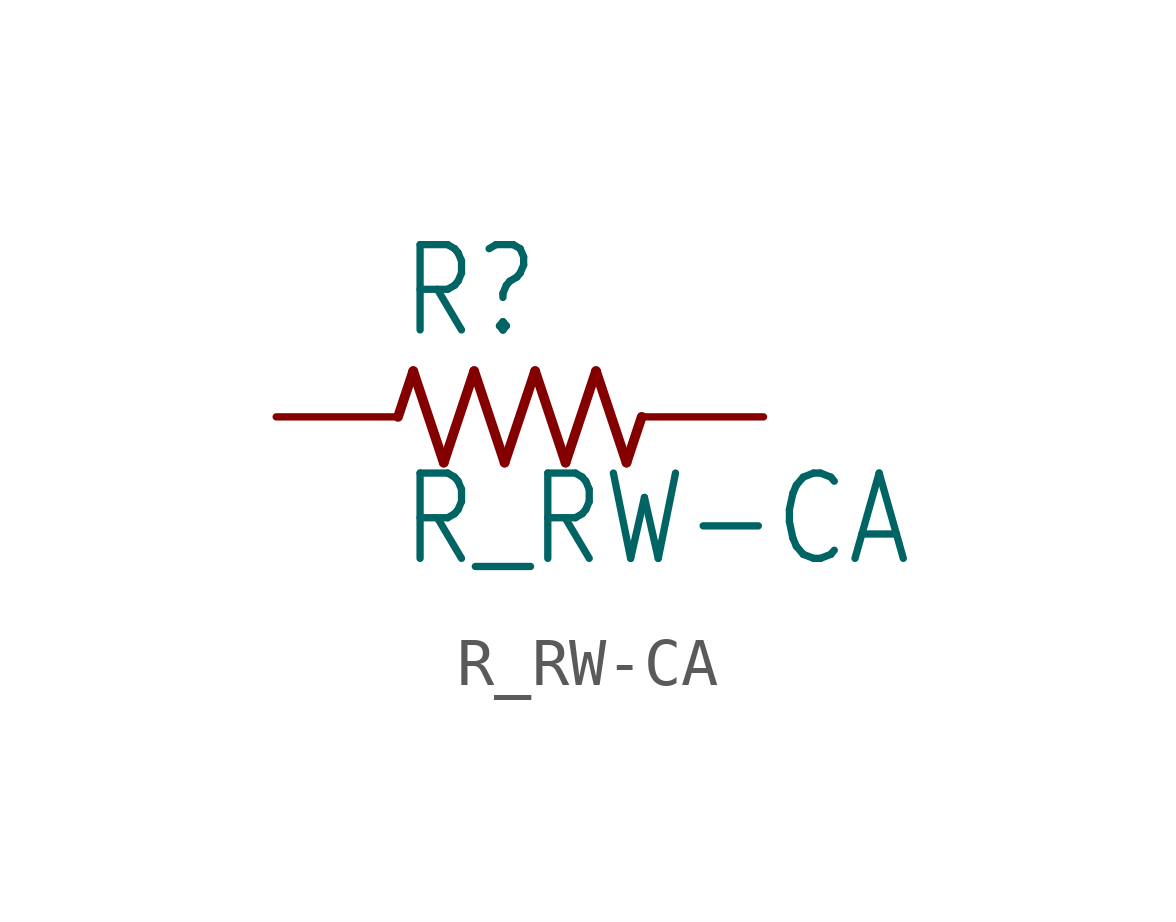
<source format=kicad_sym>
(kicad_symbol_lib
  (version 20211014)
  (generator kicad_symbol_editor)
  (symbol "R_RW-CA"
    (property "Reference" "R"
      (at -2.54 1.587 0)
      (effects (font (size 1.778 1.511)) (justify left bottom)))
    (property "Value" "R_RW-CA"
      (at -2.54 -3.175 0)
      (effects (font (size 1.778 1.511)) (justify left bottom)))
    (property "ki_locked" ""
      (at 0 0 0)
      (effects (font (size 1.27 1.27))))
    (symbol "R_RW-CA_1_0"
      (polyline (pts (xy -2.54 0) (xy -2.223 0.953)) (stroke (width 0.203) (type default) (color 0 0 0 0)) (fill (type none)))
      (polyline (pts (xy -2.223 0.953) (xy -1.587 -0.953)) (stroke (width 0.203) (type default) (color 0 0 0 0)) (fill (type none)))
      (polyline (pts (xy -1.587 -0.953) (xy -0.953 0.953)) (stroke (width 0.203) (type default) (color 0 0 0 0)) (fill (type none)))
      (polyline (pts (xy -0.953 0.953) (xy -0.318 -0.953)) (stroke (width 0.203) (type default) (color 0 0 0 0)) (fill (type none)))
      (polyline (pts (xy -0.318 -0.953) (xy 0.318 0.953)) (stroke (width 0.203) (type default) (color 0 0 0 0)) (fill (type none)))
      (polyline (pts (xy 0.318 0.953) (xy 0.953 -0.953)) (stroke (width 0.203) (type default) (color 0 0 0 0)) (fill (type none)))
      (polyline (pts (xy 0.953 -0.953) (xy 1.587 0.953)) (stroke (width 0.203) (type default) (color 0 0 0 0)) (fill (type none)))
      (polyline (pts (xy 1.587 0.953) (xy 2.223 -0.953)) (stroke (width 0.203) (type default) (color 0 0 0 0)) (fill (type none)))
      (polyline (pts (xy 2.223 -0.953) (xy 2.54 0)) (stroke (width 0.203) (type default) (color 0 0 0 0)) (fill (type none)))
      (pin passive line (at -5.08 0 0) (length 2.54) (name "1" (effects (font (size 0 0)))) (number "1" (effects (font (size 0 0)))))
      (pin passive line (at 5.08 0 180) (length 2.54) (name "2" (effects (font (size 0 0)))) (number "2" (effects (font (size 0 0))))))))
</source>
